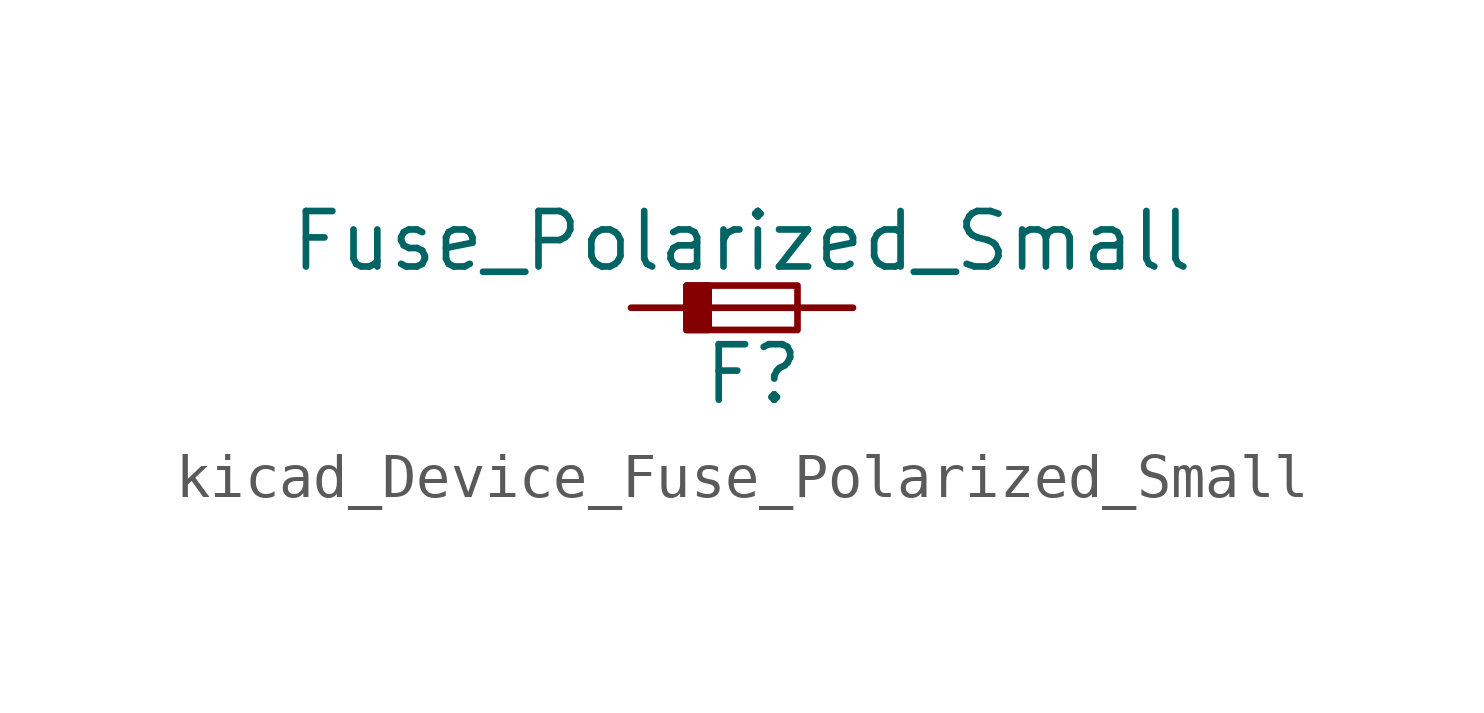
<source format=kicad_sym>
(kicad_symbol_lib
  (version 20220914)
  (generator kicad_symbol_editor)
  (symbol "kicad_Device_Fuse_Polarized_Small"
    (pin_numbers hide)
    (pin_names
      (offset 0.254) hide)
    (property "Reference" "F"
      (at 0.254 -1.524 0)
      (effects (font (size 1.27 1.27))))
    (property "Value" "Fuse_Polarized_Small"
      (at 0 1.524 0)
      (effects (font (size 1.27 1.27))))
    (symbol "kicad_Device_Fuse_Polarized_Small_0_1"
      (rectangle (start -1.27 0.508) (end -0.762 -0.508) (stroke (width 0) (type default)) (fill (type outline)))
      (rectangle (start -1.27 0.508) (end 1.27 -0.508) (stroke (width 0) (type default)) (fill (type none)))
      (polyline (pts (xy -1.27 0) (xy 1.27 0)) (stroke (width 0) (type default)) (fill (type none))))
    (symbol "kicad_Device_Fuse_Polarized_Small_1_1"
      (pin power_in line (at -2.54 0 0) (length 1.27) (name "~" (effects (font (size 1.27 1.27)))) (number "1" (effects (font (size 1.27 1.27)))))
      (pin power_out line (at 2.54 0 180) (length 1.27) (name "~" (effects (font (size 1.27 1.27)))) (number "2" (effects (font (size 1.27 1.27))))))))
</source>
